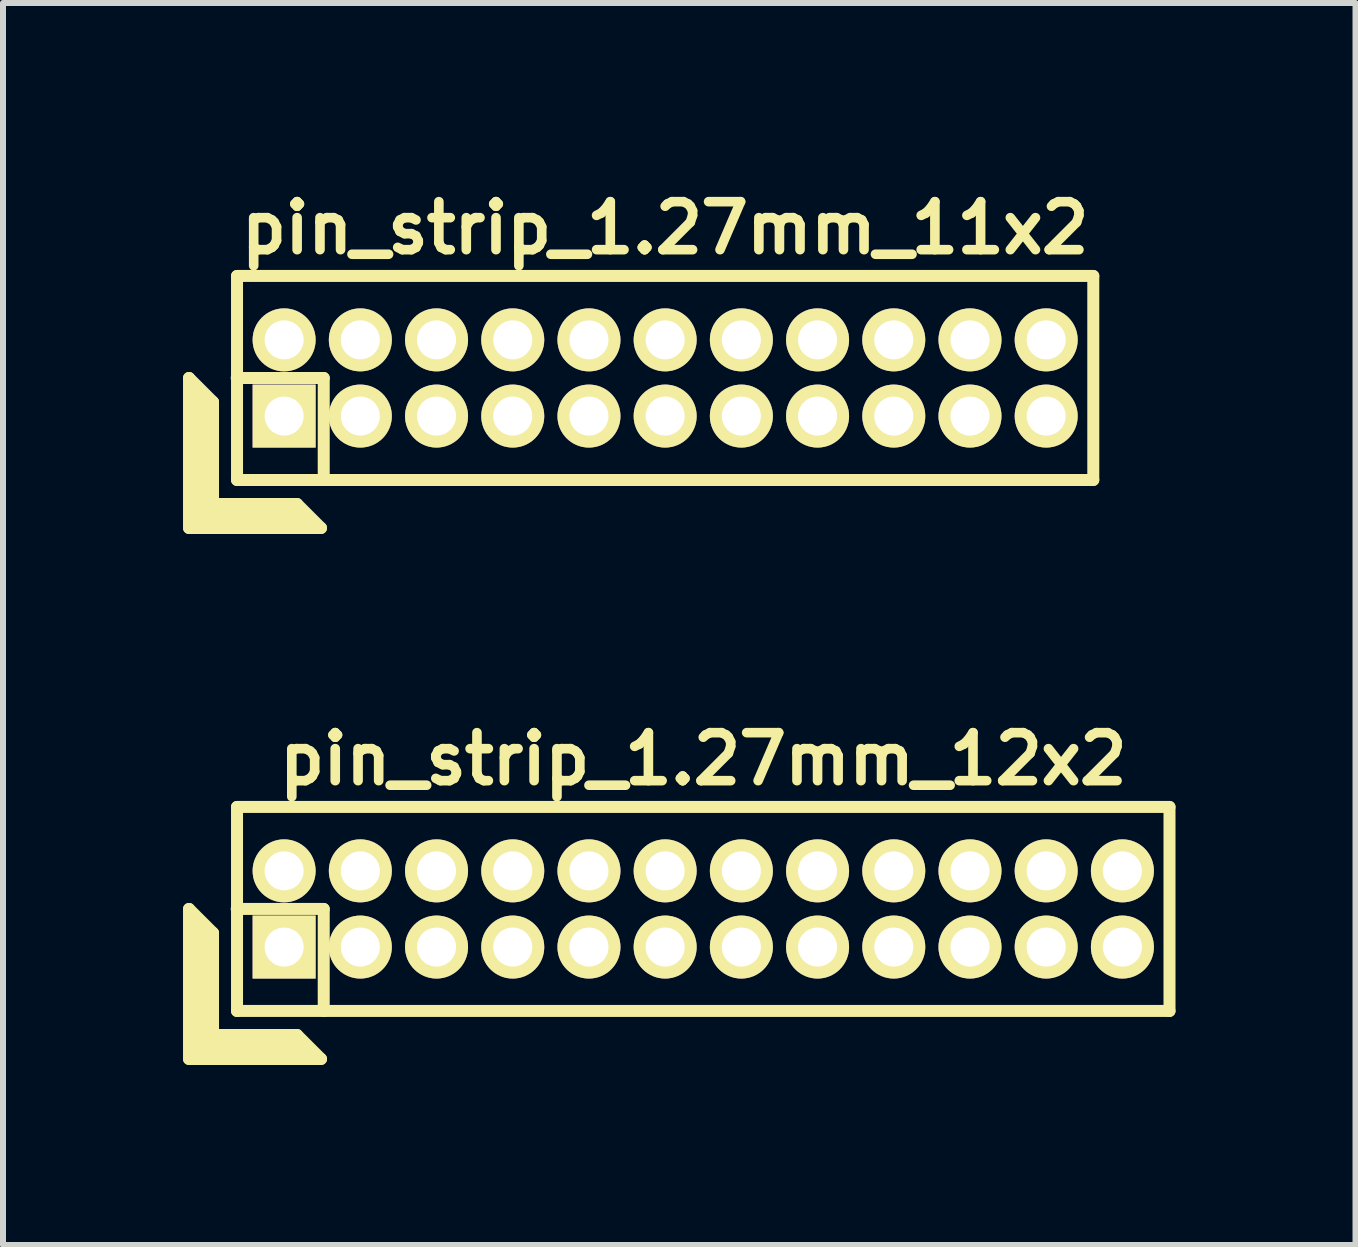
<source format=kicad_pcb>
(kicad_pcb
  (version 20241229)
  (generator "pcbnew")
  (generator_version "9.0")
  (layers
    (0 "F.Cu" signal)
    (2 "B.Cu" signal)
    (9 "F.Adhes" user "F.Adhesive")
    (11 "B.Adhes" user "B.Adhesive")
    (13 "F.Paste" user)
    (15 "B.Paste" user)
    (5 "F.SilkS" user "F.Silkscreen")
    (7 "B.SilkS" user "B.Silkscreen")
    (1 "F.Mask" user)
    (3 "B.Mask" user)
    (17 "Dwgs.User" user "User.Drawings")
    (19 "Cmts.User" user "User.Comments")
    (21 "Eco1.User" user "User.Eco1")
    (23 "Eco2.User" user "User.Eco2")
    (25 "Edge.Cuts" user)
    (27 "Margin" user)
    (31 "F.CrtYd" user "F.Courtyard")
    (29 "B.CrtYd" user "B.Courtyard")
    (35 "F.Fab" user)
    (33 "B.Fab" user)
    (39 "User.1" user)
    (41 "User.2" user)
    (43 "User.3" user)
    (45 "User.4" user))
  (footprint "pin_strip_1.27mm_11x2"
    (layer "F.Cu")
    (at 8.035 3.249)
    (property "Reference" "pin_strip_1.27mm_11x2" (at 0 -2.5 0) (layer "F.SilkS") (effects (font (size 0.8 0.8) (thickness 0.16))))
    (attr through_hole)
    (fp_line (start -7.935 0) (end -7.935 2.5) (stroke (width 0.2) (type solid)) (layer "F.SilkS"))
    (fp_line (start -7.935 0) (end -7.535 0.4) (stroke (width 0.2) (type solid)) (layer "F.SilkS"))
    (fp_line (start -7.935 2.5) (end -5.735 2.5) (stroke (width 0.2) (type solid)) (layer "F.SilkS"))
    (fp_line (start -7.835 2.4) (end -7.835 0.2) (stroke (width 0.2) (type solid)) (layer "F.SilkS"))
    (fp_line (start -7.835 2.4) (end -5.935 2.4) (stroke (width 0.2) (type solid)) (layer "F.SilkS"))
    (fp_line (start -7.735 2.3) (end -7.735 0.3) (stroke (width 0.2) (type solid)) (layer "F.SilkS"))
    (fp_line (start -7.735 2.3) (end -6.035 2.3) (stroke (width 0.2) (type solid)) (layer "F.SilkS"))
    (fp_line (start -7.635 2.2) (end -7.635 0.4) (stroke (width 0.2) (type solid)) (layer "F.SilkS"))
    (fp_line (start -7.635 2.2) (end -6.135 2.2) (stroke (width 0.2) (type solid)) (layer "F.SilkS"))
    (fp_line (start -7.535 2.1) (end -7.535 0.4) (stroke (width 0.2) (type solid)) (layer "F.SilkS"))
    (fp_line (start -7.535 2.1) (end -6.135 2.1) (stroke (width 0.2) (type solid)) (layer "F.SilkS"))
    (fp_line (start -7.14 0) (end -5.69 0) (stroke (width 0.2) (type solid)) (layer "F.SilkS"))
    (fp_line (start -7.135 -1.7) (end 7.135 -1.7) (stroke (width 0.2) (type solid)) (layer "F.SilkS"))
    (fp_line (start -7.135 1.7) (end -7.135 -1.7) (stroke (width 0.2) (type solid)) (layer "F.SilkS"))
    (fp_line (start -6.135 2.1) (end -5.735 2.5) (stroke (width 0.2) (type solid)) (layer "F.SilkS"))
    (fp_line (start -5.69 0) (end -5.69 1.7) (stroke (width 0.2) (type solid)) (layer "F.SilkS"))
    (fp_line (start 7.135 -1.7) (end 7.135 1.7) (stroke (width 0.2) (type solid)) (layer "F.SilkS"))
    (fp_line (start 7.135 1.7) (end -7.135 1.7) (stroke (width 0.2) (type solid)) (layer "F.SilkS"))
    (pad "1" thru_hole rect (at -6.35 0.635) (size 1.05 1.05) (drill 0.65) (layers "*.Cu" "*.Mask" "F.SilkS"))
    (pad "2" thru_hole oval (at -6.35 -0.635) (size 1.05 1.05) (drill 0.65) (layers "*.Cu" "*.Mask" "F.SilkS"))
    (pad "3" thru_hole oval (at -5.08 0.635) (size 1.05 1.05) (drill 0.65) (layers "*.Cu" "*.Mask" "F.SilkS"))
    (pad "4" thru_hole oval (at -5.08 -0.635) (size 1.05 1.05) (drill 0.65) (layers "*.Cu" "*.Mask" "F.SilkS"))
    (pad "5" thru_hole oval (at -3.81 0.635) (size 1.05 1.05) (drill 0.65) (layers "*.Cu" "*.Mask" "F.SilkS"))
    (pad "6" thru_hole oval (at -3.81 -0.635) (size 1.05 1.05) (drill 0.65) (layers "*.Cu" "*.Mask" "F.SilkS"))
    (pad "7" thru_hole oval (at -2.54 0.635) (size 1.05 1.05) (drill 0.65) (layers "*.Cu" "*.Mask" "F.SilkS"))
    (pad "8" thru_hole oval (at -2.54 -0.635) (size 1.05 1.05) (drill 0.65) (layers "*.Cu" "*.Mask" "F.SilkS"))
    (pad "9" thru_hole oval (at -1.27 0.635) (size 1.05 1.05) (drill 0.65) (layers "*.Cu" "*.Mask" "F.SilkS"))
    (pad "10" thru_hole oval (at -1.27 -0.635) (size 1.05 1.05) (drill 0.65) (layers "*.Cu" "*.Mask" "F.SilkS"))
    (pad "11" thru_hole oval (at 0 0.635) (size 1.05 1.05) (drill 0.65) (layers "*.Cu" "*.Mask" "F.SilkS"))
    (pad "12" thru_hole oval (at 0 -0.635) (size 1.05 1.05) (drill 0.65) (layers "*.Cu" "*.Mask" "F.SilkS"))
    (pad "13" thru_hole oval (at 1.27 0.635) (size 1.05 1.05) (drill 0.65) (layers "*.Cu" "*.Mask" "F.SilkS"))
    (pad "14" thru_hole oval (at 1.27 -0.635) (size 1.05 1.05) (drill 0.65) (layers "*.Cu" "*.Mask" "F.SilkS"))
    (pad "15" thru_hole oval (at 2.54 0.635) (size 1.05 1.05) (drill 0.65) (layers "*.Cu" "*.Mask" "F.SilkS"))
    (pad "16" thru_hole oval (at 2.54 -0.635) (size 1.05 1.05) (drill 0.65) (layers "*.Cu" "*.Mask" "F.SilkS"))
    (pad "17" thru_hole oval (at 3.81 0.635) (size 1.05 1.05) (drill 0.65) (layers "*.Cu" "*.Mask" "F.SilkS"))
    (pad "18" thru_hole oval (at 3.81 -0.635) (size 1.05 1.05) (drill 0.65) (layers "*.Cu" "*.Mask" "F.SilkS"))
    (pad "19" thru_hole oval (at 5.08 0.635) (size 1.05 1.05) (drill 0.65) (layers "*.Cu" "*.Mask" "F.SilkS"))
    (pad "20" thru_hole oval (at 5.08 -0.635) (size 1.05 1.05) (drill 0.65) (layers "*.Cu" "*.Mask" "F.SilkS"))
    (pad "21" thru_hole oval (at 6.35 0.635) (size 1.05 1.05) (drill 0.65) (layers "*.Cu" "*.Mask" "F.SilkS"))
    (pad "22" thru_hole oval (at 6.35 -0.635) (size 1.05 1.05) (drill 0.65) (layers "*.Cu" "*.Mask" "F.SilkS")))
  (footprint "pin_strip_1.27mm_12x2"
    (layer "F.Cu")
    (at 8.67 12.098)
    (property "Reference" "pin_strip_1.27mm_12x2" (at 0 -2.5 0) (layer "F.SilkS") (effects (font (size 0.8 0.8) (thickness 0.16))))
    (attr through_hole)
    (fp_line (start -8.57 0) (end -8.57 2.5) (stroke (width 0.2) (type solid)) (layer "F.SilkS"))
    (fp_line (start -8.57 0) (end -8.17 0.4) (stroke (width 0.2) (type solid)) (layer "F.SilkS"))
    (fp_line (start -8.57 2.5) (end -6.37 2.5) (stroke (width 0.2) (type solid)) (layer "F.SilkS"))
    (fp_line (start -8.47 2.4) (end -8.47 0.2) (stroke (width 0.2) (type solid)) (layer "F.SilkS"))
    (fp_line (start -8.47 2.4) (end -6.57 2.4) (stroke (width 0.2) (type solid)) (layer "F.SilkS"))
    (fp_line (start -8.37 2.3) (end -8.37 0.3) (stroke (width 0.2) (type solid)) (layer "F.SilkS"))
    (fp_line (start -8.37 2.3) (end -6.67 2.3) (stroke (width 0.2) (type solid)) (layer "F.SilkS"))
    (fp_line (start -8.27 2.2) (end -8.27 0.4) (stroke (width 0.2) (type solid)) (layer "F.SilkS"))
    (fp_line (start -8.27 2.2) (end -6.77 2.2) (stroke (width 0.2) (type solid)) (layer "F.SilkS"))
    (fp_line (start -8.17 2.1) (end -8.17 0.4) (stroke (width 0.2) (type solid)) (layer "F.SilkS"))
    (fp_line (start -8.17 2.1) (end -6.77 2.1) (stroke (width 0.2) (type solid)) (layer "F.SilkS"))
    (fp_line (start -7.775 0) (end -6.325 0) (stroke (width 0.2) (type solid)) (layer "F.SilkS"))
    (fp_line (start -7.77 -1.7) (end 7.77 -1.7) (stroke (width 0.2) (type solid)) (layer "F.SilkS"))
    (fp_line (start -7.77 1.7) (end -7.77 -1.7) (stroke (width 0.2) (type solid)) (layer "F.SilkS"))
    (fp_line (start -6.77 2.1) (end -6.37 2.5) (stroke (width 0.2) (type solid)) (layer "F.SilkS"))
    (fp_line (start -6.325 0) (end -6.325 1.7) (stroke (width 0.2) (type solid)) (layer "F.SilkS"))
    (fp_line (start 7.77 -1.7) (end 7.77 1.7) (stroke (width 0.2) (type solid)) (layer "F.SilkS"))
    (fp_line (start 7.77 1.7) (end -7.77 1.7) (stroke (width 0.2) (type solid)) (layer "F.SilkS"))
    (pad "1" thru_hole rect (at -6.985 0.635) (size 1.05 1.05) (drill 0.65) (layers "*.Cu" "*.Mask" "F.SilkS"))
    (pad "2" thru_hole oval (at -6.985 -0.635) (size 1.05 1.05) (drill 0.65) (layers "*.Cu" "*.Mask" "F.SilkS"))
    (pad "3" thru_hole oval (at -5.715 0.635) (size 1.05 1.05) (drill 0.65) (layers "*.Cu" "*.Mask" "F.SilkS"))
    (pad "4" thru_hole oval (at -5.715 -0.635) (size 1.05 1.05) (drill 0.65) (layers "*.Cu" "*.Mask" "F.SilkS"))
    (pad "5" thru_hole oval (at -4.445 0.635) (size 1.05 1.05) (drill 0.65) (layers "*.Cu" "*.Mask" "F.SilkS"))
    (pad "6" thru_hole oval (at -4.445 -0.635) (size 1.05 1.05) (drill 0.65) (layers "*.Cu" "*.Mask" "F.SilkS"))
    (pad "7" thru_hole oval (at -3.175 0.635) (size 1.05 1.05) (drill 0.65) (layers "*.Cu" "*.Mask" "F.SilkS"))
    (pad "8" thru_hole oval (at -3.175 -0.635) (size 1.05 1.05) (drill 0.65) (layers "*.Cu" "*.Mask" "F.SilkS"))
    (pad "9" thru_hole oval (at -1.905 0.635) (size 1.05 1.05) (drill 0.65) (layers "*.Cu" "*.Mask" "F.SilkS"))
    (pad "10" thru_hole oval (at -1.905 -0.635) (size 1.05 1.05) (drill 0.65) (layers "*.Cu" "*.Mask" "F.SilkS"))
    (pad "11" thru_hole oval (at -0.635 0.635) (size 1.05 1.05) (drill 0.65) (layers "*.Cu" "*.Mask" "F.SilkS"))
    (pad "12" thru_hole oval (at -0.635 -0.635) (size 1.05 1.05) (drill 0.65) (layers "*.Cu" "*.Mask" "F.SilkS"))
    (pad "13" thru_hole oval (at 0.635 0.635) (size 1.05 1.05) (drill 0.65) (layers "*.Cu" "*.Mask" "F.SilkS"))
    (pad "14" thru_hole oval (at 0.635 -0.635) (size 1.05 1.05) (drill 0.65) (layers "*.Cu" "*.Mask" "F.SilkS"))
    (pad "15" thru_hole oval (at 1.905 0.635) (size 1.05 1.05) (drill 0.65) (layers "*.Cu" "*.Mask" "F.SilkS"))
    (pad "16" thru_hole oval (at 1.905 -0.635) (size 1.05 1.05) (drill 0.65) (layers "*.Cu" "*.Mask" "F.SilkS"))
    (pad "17" thru_hole oval (at 3.175 0.635) (size 1.05 1.05) (drill 0.65) (layers "*.Cu" "*.Mask" "F.SilkS"))
    (pad "18" thru_hole oval (at 3.175 -0.635) (size 1.05 1.05) (drill 0.65) (layers "*.Cu" "*.Mask" "F.SilkS"))
    (pad "19" thru_hole oval (at 4.445 0.635) (size 1.05 1.05) (drill 0.65) (layers "*.Cu" "*.Mask" "F.SilkS"))
    (pad "20" thru_hole oval (at 4.445 -0.635) (size 1.05 1.05) (drill 0.65) (layers "*.Cu" "*.Mask" "F.SilkS"))
    (pad "21" thru_hole oval (at 5.715 0.635) (size 1.05 1.05) (drill 0.65) (layers "*.Cu" "*.Mask" "F.SilkS"))
    (pad "22" thru_hole oval (at 5.715 -0.635) (size 1.05 1.05) (drill 0.65) (layers "*.Cu" "*.Mask" "F.SilkS"))
    (pad "23" thru_hole oval (at 6.985 0.635) (size 1.05 1.05) (drill 0.65) (layers "*.Cu" "*.Mask" "F.SilkS"))
    (pad "24" thru_hole oval (at 6.985 -0.635) (size 1.05 1.05) (drill 0.65) (layers "*.Cu" "*.Mask" "F.SilkS")))
  (gr_rect
    (start -3 -3)
    (end 19.54 17.698)
    (stroke (width 0.1) (type default))
    (fill no)
    (layer "Edge.Cuts")))
</source>
